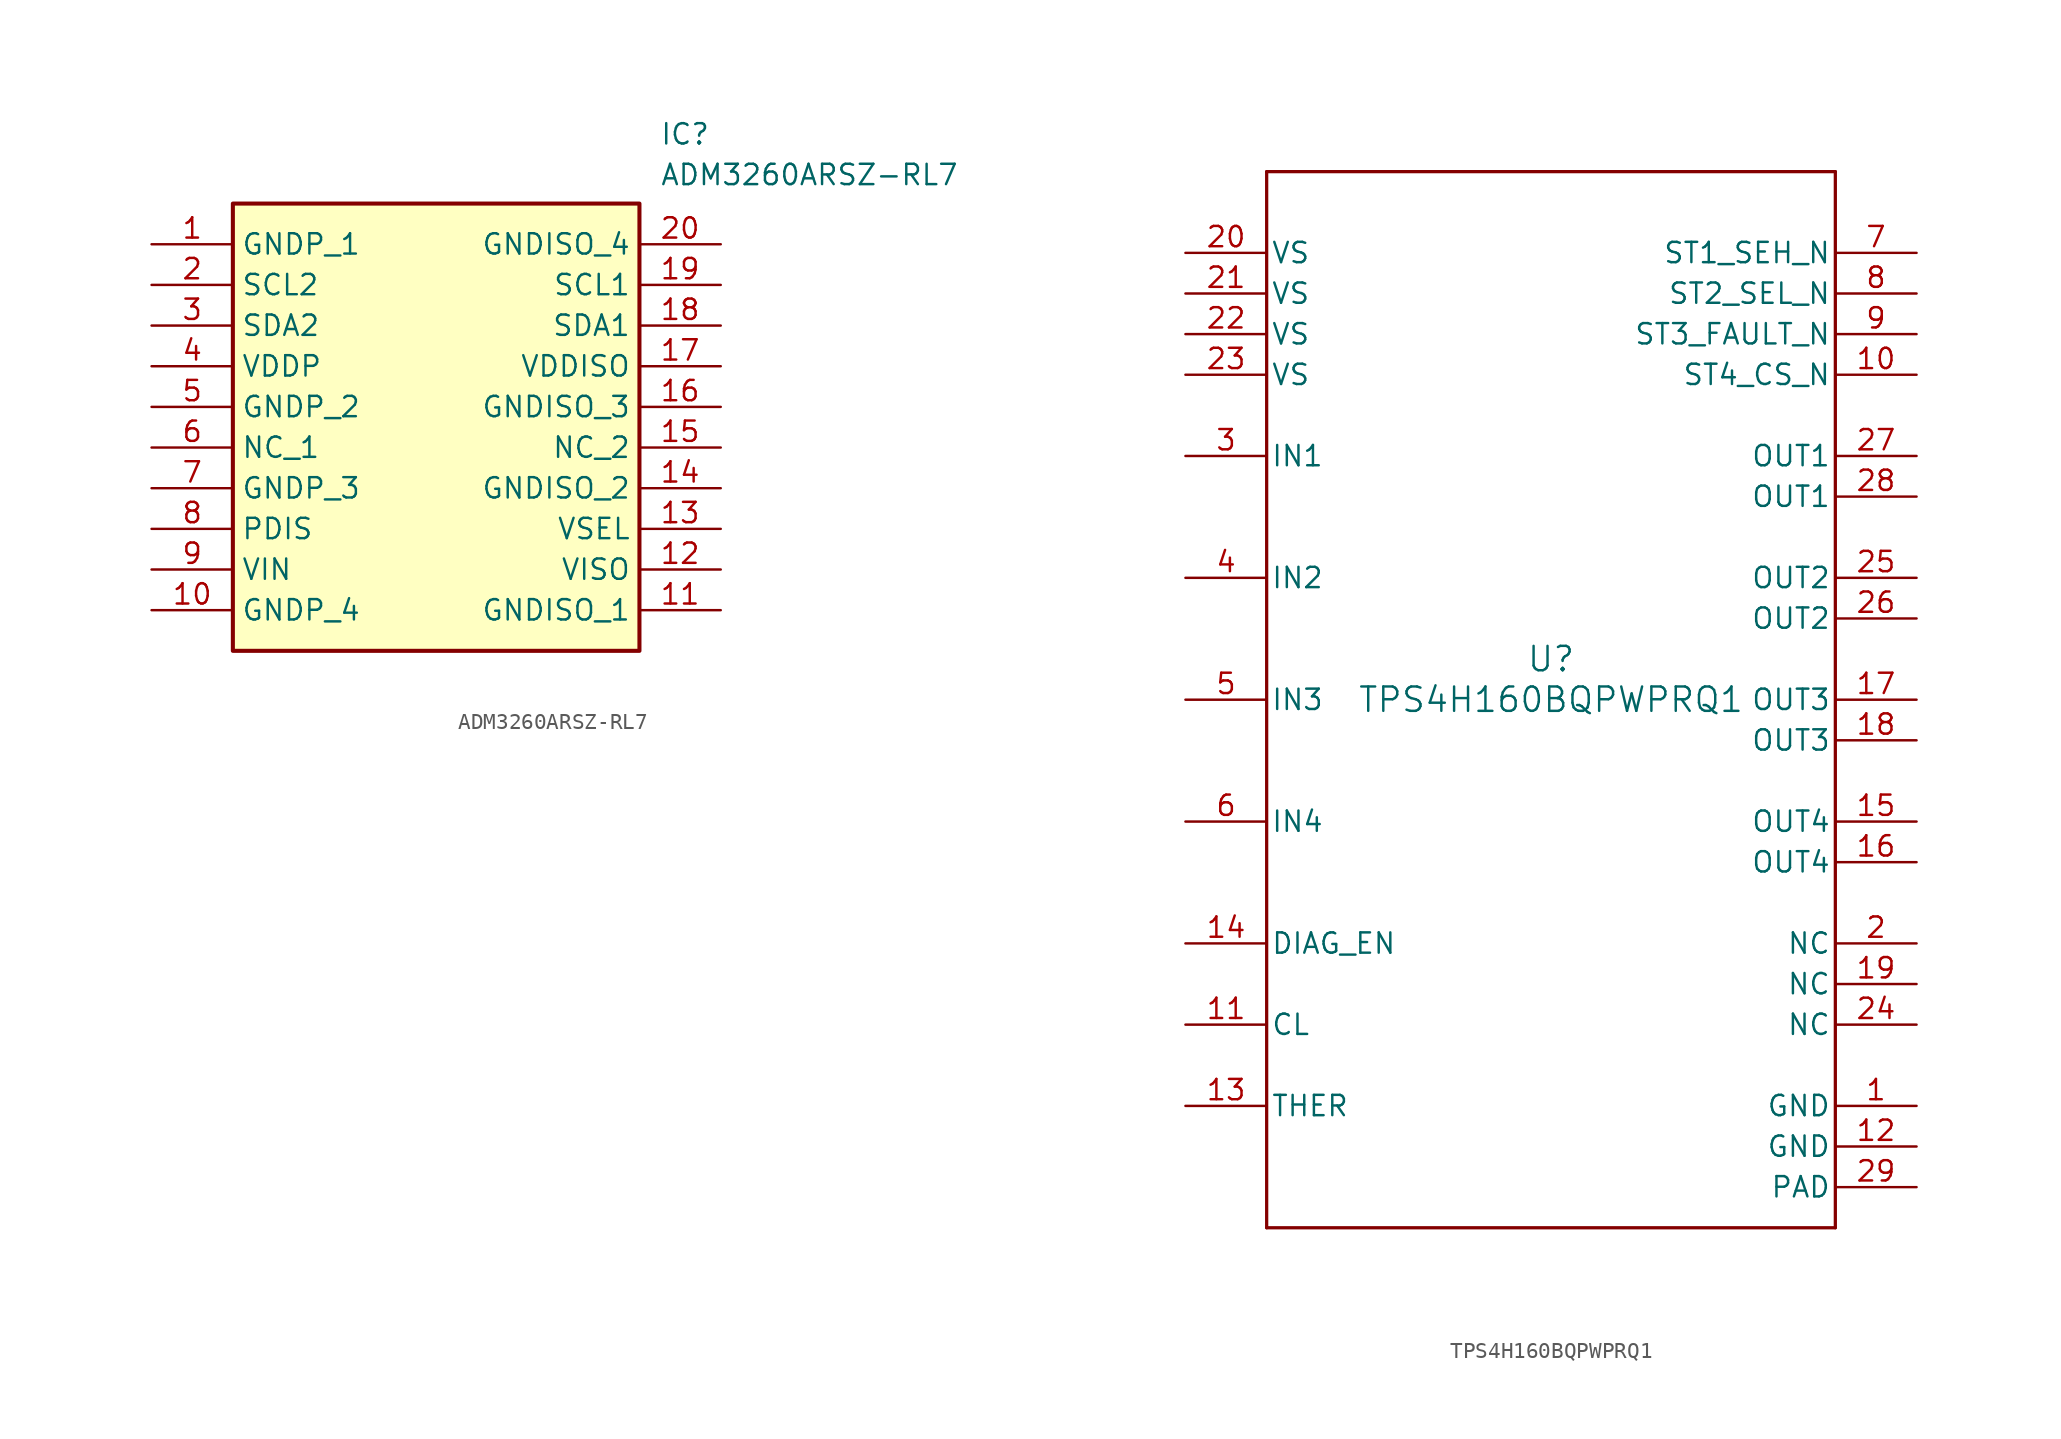
<source format=kicad_sym>
(kicad_symbol_lib
  (version 20241209)
  (generator "kicad_symbol_editor")
  (generator_version "9.0")
  (symbol "ADM3260ARSZ-RL7"
    (property "Reference" "IC"
      (at 31.75 7.62 0)
      (effects (font (size 1.27 1.27)) (justify left top)))
    (property "Value" "ADM3260ARSZ-RL7"
      (at 31.75 5.08 0)
      (effects (font (size 1.27 1.27)) (justify left top)))
    (symbol "ADM3260ARSZ-RL7_1_1"
      (rectangle (start 5.08 2.54) (end 30.48 -25.4) (stroke (width 0.254) (type default)) (fill (type background)))
      (pin passive line (at 0 0 0) (length 5.08) (name "GNDP_1" (effects (font (size 1.27 1.27)))) (number "1" (effects (font (size 1.27 1.27)))))
      (pin passive line (at 0 -2.54 0) (length 5.08) (name "SCL2" (effects (font (size 1.27 1.27)))) (number "2" (effects (font (size 1.27 1.27)))))
      (pin passive line (at 0 -5.08 0) (length 5.08) (name "SDA2" (effects (font (size 1.27 1.27)))) (number "3" (effects (font (size 1.27 1.27)))))
      (pin passive line (at 0 -7.62 0) (length 5.08) (name "VDDP" (effects (font (size 1.27 1.27)))) (number "4" (effects (font (size 1.27 1.27)))))
      (pin passive line (at 0 -10.16 0) (length 5.08) (name "GNDP_2" (effects (font (size 1.27 1.27)))) (number "5" (effects (font (size 1.27 1.27)))))
      (pin passive line (at 0 -12.7 0) (length 5.08) (name "NC_1" (effects (font (size 1.27 1.27)))) (number "6" (effects (font (size 1.27 1.27)))))
      (pin passive line (at 0 -15.24 0) (length 5.08) (name "GNDP_3" (effects (font (size 1.27 1.27)))) (number "7" (effects (font (size 1.27 1.27)))))
      (pin passive line (at 0 -17.78 0) (length 5.08) (name "PDIS" (effects (font (size 1.27 1.27)))) (number "8" (effects (font (size 1.27 1.27)))))
      (pin passive line (at 0 -20.32 0) (length 5.08) (name "VIN" (effects (font (size 1.27 1.27)))) (number "9" (effects (font (size 1.27 1.27)))))
      (pin passive line (at 0 -22.86 0) (length 5.08) (name "GNDP_4" (effects (font (size 1.27 1.27)))) (number "10" (effects (font (size 1.27 1.27)))))
      (pin passive line (at 35.56 0 180) (length 5.08) (name "GNDISO_4" (effects (font (size 1.27 1.27)))) (number "20" (effects (font (size 1.27 1.27)))))
      (pin passive line (at 35.56 -2.54 180) (length 5.08) (name "SCL1" (effects (font (size 1.27 1.27)))) (number "19" (effects (font (size 1.27 1.27)))))
      (pin passive line (at 35.56 -5.08 180) (length 5.08) (name "SDA1" (effects (font (size 1.27 1.27)))) (number "18" (effects (font (size 1.27 1.27)))))
      (pin passive line (at 35.56 -7.62 180) (length 5.08) (name "VDDISO" (effects (font (size 1.27 1.27)))) (number "17" (effects (font (size 1.27 1.27)))))
      (pin passive line (at 35.56 -10.16 180) (length 5.08) (name "GNDISO_3" (effects (font (size 1.27 1.27)))) (number "16" (effects (font (size 1.27 1.27)))))
      (pin passive line (at 35.56 -12.7 180) (length 5.08) (name "NC_2" (effects (font (size 1.27 1.27)))) (number "15" (effects (font (size 1.27 1.27)))))
      (pin passive line (at 35.56 -15.24 180) (length 5.08) (name "GNDISO_2" (effects (font (size 1.27 1.27)))) (number "14" (effects (font (size 1.27 1.27)))))
      (pin passive line (at 35.56 -17.78 180) (length 5.08) (name "VSEL" (effects (font (size 1.27 1.27)))) (number "13" (effects (font (size 1.27 1.27)))))
      (pin passive line (at 35.56 -20.32 180) (length 5.08) (name "VISO" (effects (font (size 1.27 1.27)))) (number "12" (effects (font (size 1.27 1.27)))))
      (pin passive line (at 35.56 -22.86 180) (length 5.08) (name "GNDISO_1" (effects (font (size 1.27 1.27)))) (number "11" (effects (font (size 1.27 1.27)))))))
  (symbol "TPS4H160BQPWPRQ1"
    (pin_names
      (offset 0.254))
    (property "Reference" "U"
      (at 0 2.54 0)
      (effects (font (size 1.524 1.524))))
    (property "Value" "TPS4H160BQPWPRQ1"
      (at 0 0 0)
      (effects (font (size 1.524 1.524))))
    (symbol "TPS4H160BQPWPRQ1_0_1"
      (polyline (pts (xy -17.78 33.02) (xy -17.78 -33.02)) (stroke (width 0.203) (type default)) (fill (type none)))
      (polyline (pts (xy -17.78 -33.02) (xy 17.78 -33.02)) (stroke (width 0.203) (type default)) (fill (type none)))
      (polyline (pts (xy 17.78 33.02) (xy -17.78 33.02)) (stroke (width 0.203) (type default)) (fill (type none)))
      (polyline (pts (xy 17.78 -33.02) (xy 17.78 33.02)) (stroke (width 0.203) (type default)) (fill (type none)))
      (pin power_in line (at -22.86 27.94 0) (length 5.08) (name "VS" (effects (font (size 1.27 1.27)))) (number "20" (effects (font (size 1.27 1.27)))))
      (pin power_in line (at -22.86 25.4 0) (length 5.08) (name "VS" (effects (font (size 1.27 1.27)))) (number "21" (effects (font (size 1.27 1.27)))))
      (pin power_in line (at -22.86 22.86 0) (length 5.08) (name "VS" (effects (font (size 1.27 1.27)))) (number "22" (effects (font (size 1.27 1.27)))))
      (pin power_in line (at -22.86 20.32 0) (length 5.08) (name "VS" (effects (font (size 1.27 1.27)))) (number "23" (effects (font (size 1.27 1.27)))))
      (pin input line (at -22.86 15.24 0) (length 5.08) (name "IN1" (effects (font (size 1.27 1.27)))) (number "3" (effects (font (size 1.27 1.27)))))
      (pin input line (at -22.86 7.62 0) (length 5.08) (name "IN2" (effects (font (size 1.27 1.27)))) (number "4" (effects (font (size 1.27 1.27)))))
      (pin input line (at -22.86 0 0) (length 5.08) (name "IN3" (effects (font (size 1.27 1.27)))) (number "5" (effects (font (size 1.27 1.27)))))
      (pin input line (at -22.86 -7.62 0) (length 5.08) (name "IN4" (effects (font (size 1.27 1.27)))) (number "6" (effects (font (size 1.27 1.27)))))
      (pin input line (at -22.86 -15.24 0) (length 5.08) (name "DIAG_EN" (effects (font (size 1.27 1.27)))) (number "14" (effects (font (size 1.27 1.27)))))
      (pin output line (at -22.86 -20.32 0) (length 5.08) (name "CL" (effects (font (size 1.27 1.27)))) (number "11" (effects (font (size 1.27 1.27)))))
      (pin input line (at -22.86 -25.4 0) (length 5.08) (name "THER" (effects (font (size 1.27 1.27)))) (number "13" (effects (font (size 1.27 1.27)))))
      (pin bidirectional line (at 22.86 27.94 180) (length 5.08) (name "ST1_SEH_N" (effects (font (size 1.27 1.27)))) (number "7" (effects (font (size 1.27 1.27)))))
      (pin bidirectional line (at 22.86 25.4 180) (length 5.08) (name "ST2_SEL_N" (effects (font (size 1.27 1.27)))) (number "8" (effects (font (size 1.27 1.27)))))
      (pin open_collector line (at 22.86 22.86 180) (length 5.08) (name "ST3_FAULT_N" (effects (font (size 1.27 1.27)))) (number "9" (effects (font (size 1.27 1.27)))))
      (pin bidirectional line (at 22.86 20.32 180) (length 5.08) (name "ST4_CS_N" (effects (font (size 1.27 1.27)))) (number "10" (effects (font (size 1.27 1.27)))))
      (pin output line (at 22.86 15.24 180) (length 5.08) (name "OUT1" (effects (font (size 1.27 1.27)))) (number "27" (effects (font (size 1.27 1.27)))))
      (pin output line (at 22.86 12.7 180) (length 5.08) (name "OUT1" (effects (font (size 1.27 1.27)))) (number "28" (effects (font (size 1.27 1.27)))))
      (pin output line (at 22.86 7.62 180) (length 5.08) (name "OUT2" (effects (font (size 1.27 1.27)))) (number "25" (effects (font (size 1.27 1.27)))))
      (pin output line (at 22.86 5.08 180) (length 5.08) (name "OUT2" (effects (font (size 1.27 1.27)))) (number "26" (effects (font (size 1.27 1.27)))))
      (pin output line (at 22.86 0 180) (length 5.08) (name "OUT3" (effects (font (size 1.27 1.27)))) (number "17" (effects (font (size 1.27 1.27)))))
      (pin output line (at 22.86 -2.54 180) (length 5.08) (name "OUT3" (effects (font (size 1.27 1.27)))) (number "18" (effects (font (size 1.27 1.27)))))
      (pin output line (at 22.86 -7.62 180) (length 5.08) (name "OUT4" (effects (font (size 1.27 1.27)))) (number "15" (effects (font (size 1.27 1.27)))))
      (pin output line (at 22.86 -10.16 180) (length 5.08) (name "OUT4" (effects (font (size 1.27 1.27)))) (number "16" (effects (font (size 1.27 1.27)))))
      (pin unspecified line (at 22.86 -15.24 180) (length 5.08) (name "NC" (effects (font (size 1.27 1.27)))) (number "2" (effects (font (size 1.27 1.27)))))
      (pin unspecified line (at 22.86 -17.78 180) (length 5.08) (name "NC" (effects (font (size 1.27 1.27)))) (number "19" (effects (font (size 1.27 1.27)))))
      (pin unspecified line (at 22.86 -20.32 180) (length 5.08) (name "NC" (effects (font (size 1.27 1.27)))) (number "24" (effects (font (size 1.27 1.27)))))
      (pin power_in line (at 22.86 -25.4 180) (length 5.08) (name "GND" (effects (font (size 1.27 1.27)))) (number "1" (effects (font (size 1.27 1.27)))))
      (pin power_in line (at 22.86 -27.94 180) (length 5.08) (name "GND" (effects (font (size 1.27 1.27)))) (number "12" (effects (font (size 1.27 1.27)))))
      (pin power_in line (at 22.86 -30.48 180) (length 5.08) (name "PAD" (effects (font (size 1.27 1.27)))) (number "29" (effects (font (size 1.27 1.27))))))))
</source>
